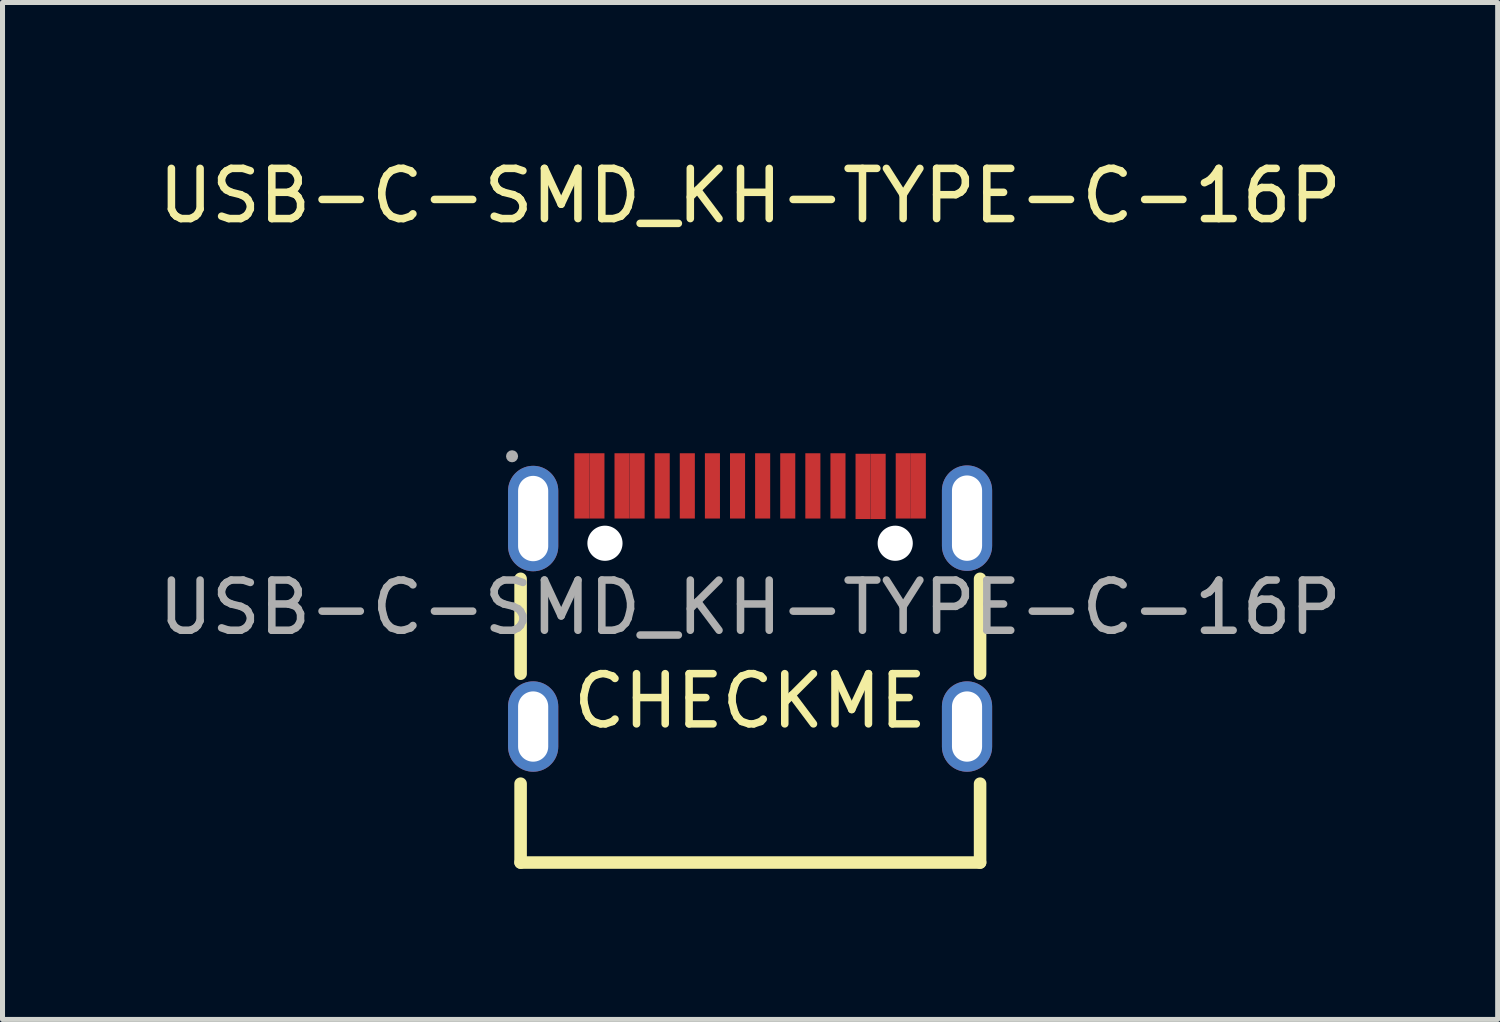
<source format=kicad_pcb>
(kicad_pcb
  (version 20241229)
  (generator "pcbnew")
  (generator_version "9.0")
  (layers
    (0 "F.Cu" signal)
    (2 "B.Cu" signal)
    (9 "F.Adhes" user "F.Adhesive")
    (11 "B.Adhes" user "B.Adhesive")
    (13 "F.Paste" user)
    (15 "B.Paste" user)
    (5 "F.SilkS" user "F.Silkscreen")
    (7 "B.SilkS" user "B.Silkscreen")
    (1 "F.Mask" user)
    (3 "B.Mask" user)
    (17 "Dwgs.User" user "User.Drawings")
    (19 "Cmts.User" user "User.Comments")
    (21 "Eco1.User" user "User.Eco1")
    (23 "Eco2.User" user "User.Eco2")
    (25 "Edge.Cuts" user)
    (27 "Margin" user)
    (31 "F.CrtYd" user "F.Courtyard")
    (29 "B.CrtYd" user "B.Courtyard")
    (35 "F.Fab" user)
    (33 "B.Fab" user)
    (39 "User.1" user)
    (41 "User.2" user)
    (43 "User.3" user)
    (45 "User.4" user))
  (footprint "USB-C-SMD_KH-TYPE-C-16P"
    (layer "F.Cu")
    (at 11.887 11.418)
    (property "Reference" "USB-C-SMD_KH-TYPE-C-16P" (at 0 -10.57 0) (layer "F.SilkS") (effects (font (size 1 1) (thickness 0.15))))
    (attr through_hole)
    (fp_line (start -4.57 -2.942) (end -4.57 -1.052) (stroke (width 0.25) (type solid)) (layer "F.SilkS"))
    (fp_line (start -4.57 1.138) (end -4.57 2.708) (stroke (width 0.25) (type solid)) (layer "F.SilkS"))
    (fp_line (start -4.57 2.708) (end 4.58 2.708) (stroke (width 0.25) (type solid)) (layer "F.SilkS"))
    (fp_line (start 4.58 -1.052) (end 4.58 -2.942) (stroke (width 0.25) (type solid)) (layer "F.SilkS"))
    (fp_line (start 4.58 2.708) (end 4.58 1.138) (stroke (width 0.25) (type solid)) (layer "F.SilkS"))
    (fp_circle (center -4.74 -5.382) (end -4.68 -5.382) (stroke (width 0.12) (type solid)) (fill no) (layer "F.Fab"))
    (fp_text user "CHECKME" (at 0 -0.508 0) (unlocked yes) (layer "F.SilkS") (effects (font (size 1 1) (thickness 0.15))))
    (fp_text user "${REFERENCE}" (at 0 -2.372 0) (layer "F.Fab") (effects (font (size 1 1) (thickness 0.15))))
    (pad "" np_thru_hole circle (at -2.89 -3.65) (size 0.7 0.7) (drill 0.7) (layers "*.Cu" "*.Mask"))
    (pad "" np_thru_hole circle (at 2.89 -3.65) (size 0.7 0.7) (drill 0.7) (layers "*.Cu" "*.Mask"))
    (pad "A1" smd rect (at -3.35 -4.792) (size 0.3 1.3) (layers "F.Cu" "F.Mask" "F.Paste"))
    (pad "A4" smd rect (at -2.55 -4.792) (size 0.3 1.3) (layers "F.Cu" "F.Mask" "F.Paste"))
    (pad "A5" smd rect (at -1.25 -4.792) (size 0.3 1.3) (layers "F.Cu" "F.Mask" "F.Paste"))
    (pad "A6" smd rect (at -0.25 -4.792) (size 0.3 1.3) (layers "F.Cu" "F.Mask" "F.Paste"))
    (pad "A7" smd rect (at 0.25 -4.792) (size 0.3 1.3) (layers "F.Cu" "F.Mask" "F.Paste"))
    (pad "A8" smd rect (at 1.25 -4.792) (size 0.3 1.3) (layers "F.Cu" "F.Mask" "F.Paste"))
    (pad "A9" smd rect (at 2.55 -4.782) (size 0.3 1.3) (layers "F.Cu" "F.Mask" "F.Paste"))
    (pad "A12" smd rect (at 3.35 -4.792) (size 0.3 1.3) (layers "F.Cu" "F.Mask" "F.Paste"))
    (pad "B1" smd rect (at 3.05 -4.792) (size 0.3 1.3) (layers "F.Cu" "F.Mask" "F.Paste"))
    (pad "B4" smd rect (at 2.25 -4.782) (size 0.3 1.3) (layers "F.Cu" "F.Mask" "F.Paste"))
    (pad "B5" smd rect (at 1.75 -4.792) (size 0.3 1.3) (layers "F.Cu" "F.Mask" "F.Paste"))
    (pad "B6" smd rect (at 0.75 -4.792) (size 0.3 1.3) (layers "F.Cu" "F.Mask" "F.Paste"))
    (pad "B7" smd rect (at -0.75 -4.792) (size 0.3 1.3) (layers "F.Cu" "F.Mask" "F.Paste"))
    (pad "B8" smd rect (at -1.75 -4.792) (size 0.3 1.3) (layers "F.Cu" "F.Mask" "F.Paste"))
    (pad "B9" smd rect (at -2.25 -4.792) (size 0.3 1.3) (layers "F.Cu" "F.Mask" "F.Paste"))
    (pad "B12" smd rect (at -3.05 -4.792) (size 0.3 1.3) (layers "F.Cu" "F.Mask" "F.Paste"))
    (pad "S1" thru_hole oval (at -4.32 -4.142) (size 1 2.1) (drill oval 0.6 1.7) (layers "*.Cu" "*.Paste" "*.Mask"))
    (pad "S1" thru_hole oval (at -4.32 0) (size 1 1.8) (drill oval 0.6 1.4) (layers "*.Cu" "*.Paste" "*.Mask"))
    (pad "S1" thru_hole oval (at 4.32 -4.15) (size 1 2.1) (drill oval 0.6 1.7) (layers "*.Cu" "*.Paste" "*.Mask"))
    (pad "S1" thru_hole oval (at 4.32 0) (size 1 1.8) (drill oval 0.6 1.4) (layers "*.Cu" "*.Paste" "*.Mask")))
  (gr_rect
    (start -3 -3)
    (end 26.774 17.251)
    (stroke (width 0.1) (type default))
    (fill no)
    (layer "Edge.Cuts")))
</source>
